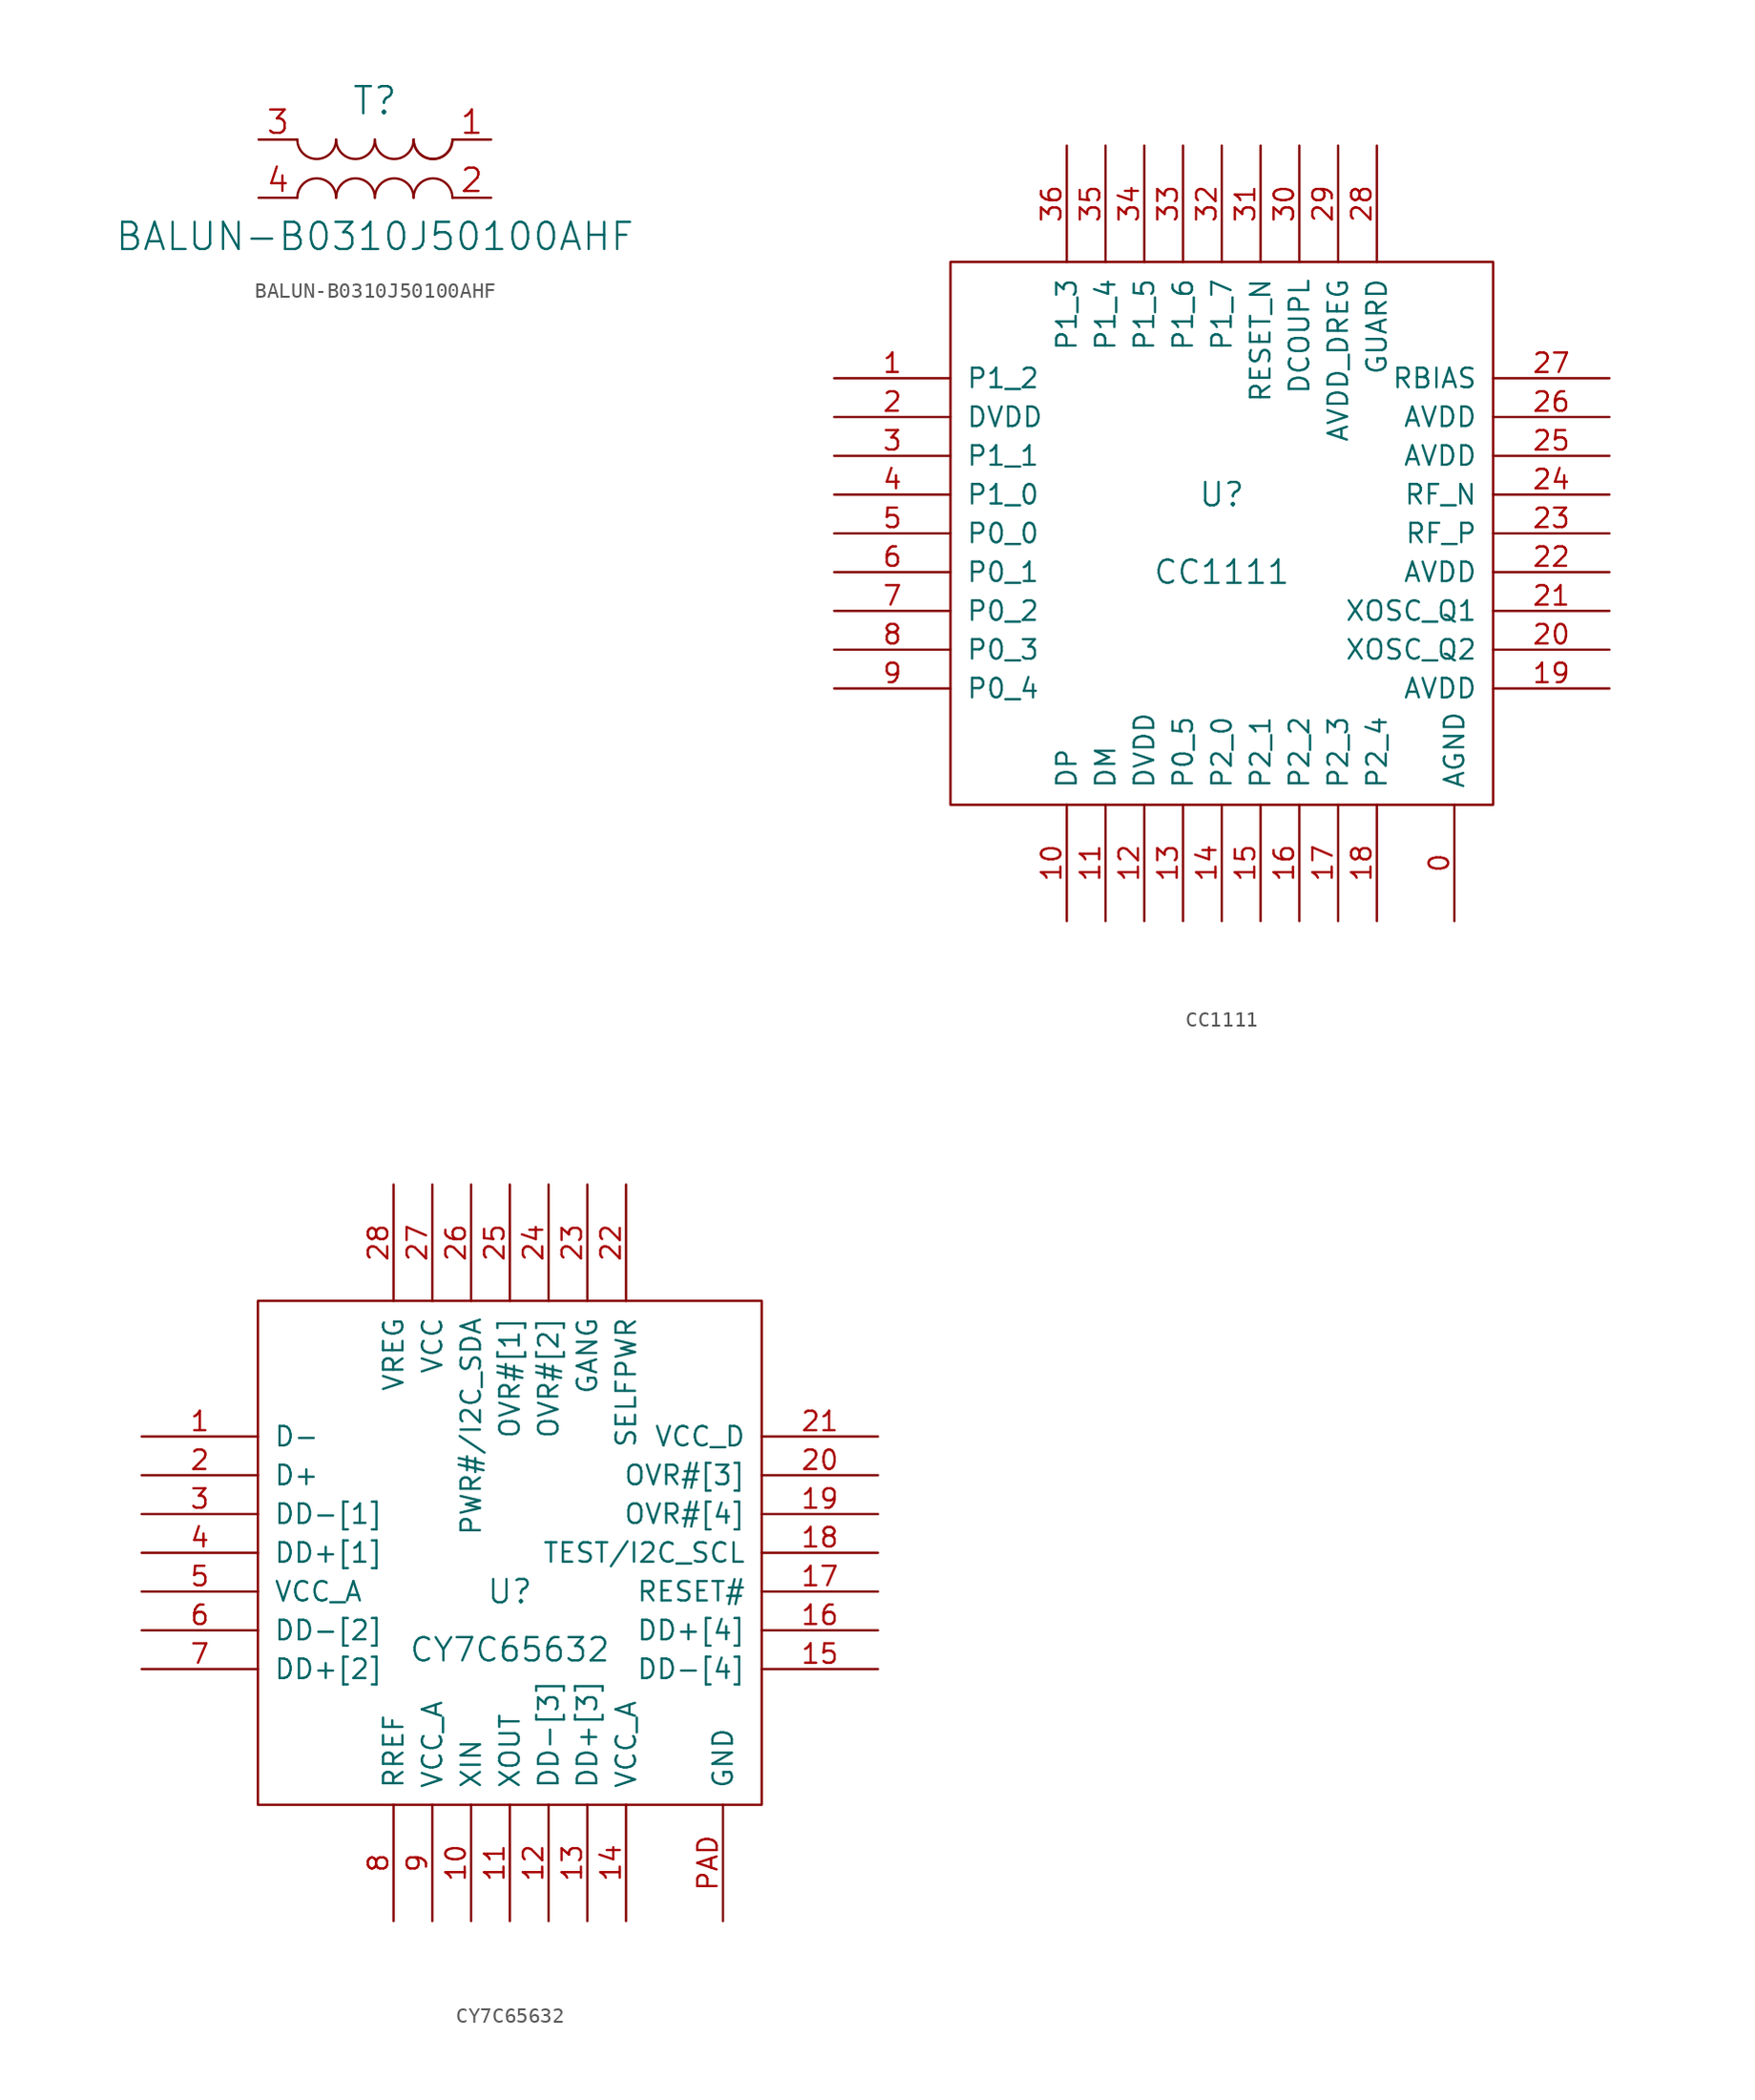
<source format=kicad_sym>
(kicad_symbol_lib
  (version 20211014)
  (generator kicad_symbol_editor)
  (symbol "BALUN-B0310J50100AHF"
    (pin_names
      (offset 1.016) hide)
    (property "Reference" "T"
      (at 0 5.08 0)
      (effects (font (size 1.778 1.778))))
    (property "Value" "BALUN-B0310J50100AHF"
      (at 0 -3.81 0)
      (effects (font (size 1.778 1.778))))
    (symbol "BALUN-B0310J50100AHF_0_1"
      (arc (start -5.08 2.54) (mid -3.81 1.27) (end -2.54 2.54) (stroke (width 0) (type default) (color 0 0 0 0)) (fill (type none)))
      (arc (start -2.54 -1.27) (mid -3.81 0) (end -5.08 -1.27) (stroke (width 0) (type default) (color 0 0 0 0)) (fill (type none)))
      (arc (start -2.54 2.54) (mid -1.27 1.27) (end 0 2.54) (stroke (width 0) (type default) (color 0 0 0 0)) (fill (type none)))
      (arc (start 0 -1.27) (mid -1.27 0) (end -2.54 -1.27) (stroke (width 0) (type default) (color 0 0 0 0)) (fill (type none)))
      (arc (start 0 2.54) (mid 1.27 1.27) (end 2.54 2.54) (stroke (width 0) (type default) (color 0 0 0 0)) (fill (type none)))
      (arc (start 2.54 -1.27) (mid 1.27 0) (end 0 -1.27) (stroke (width 0) (type default) (color 0 0 0 0)) (fill (type none)))
      (arc (start 2.54 2.54) (mid 3.81 1.27) (end 5.08 2.54) (stroke (width 0) (type default) (color 0 0 0 0)) (fill (type none)))
      (arc (start 2.54 2.54) (mid 3.81 1.27) (end 5.08 2.54) (stroke (width 0) (type default) (color 0 0 0 0)) (fill (type none)))
      (arc (start 5.08 -1.27) (mid 3.81 0) (end 2.54 -1.27) (stroke (width 0) (type default) (color 0 0 0 0)) (fill (type none))))
    (symbol "BALUN-B0310J50100AHF_1_1"
      (pin passive line (at 7.62 2.54 180) (length 2.54) (name "S1" (effects (font (size 1.524 1.524)))) (number "1" (effects (font (size 1.524 1.524)))))
      (pin passive line (at 7.62 -1.27 180) (length 2.54) (name "S2" (effects (font (size 1.524 1.524)))) (number "2" (effects (font (size 1.524 1.524)))))
      (pin passive line (at -7.62 2.54 0) (length 2.54) (name "PR1" (effects (font (size 1.524 1.524)))) (number "3" (effects (font (size 1.524 1.524)))))
      (pin passive line (at -7.62 -1.27 0) (length 2.54) (name "PR2" (effects (font (size 1.524 1.524)))) (number "4" (effects (font (size 1.524 1.524)))))))
  (symbol "CC1111"
    (pin_names
      (offset 1.016))
    (property "Reference" "U"
      (at 0 2.54 0)
      (effects (font (size 1.524 1.524))))
    (property "Value" "CC1111"
      (at 0 -2.54 0)
      (effects (font (size 1.524 1.524))))
    (symbol "CC1111_0_1"
      (rectangle (start -17.78 17.78) (end 17.78 -17.78) (stroke (width 0) (type default) (color 0 0 0 0)) (fill (type none))))
    (symbol "CC1111_1_1"
      (pin power_in line (at 15.24 -25.4 90) (length 7.62) (name "AGND" (effects (font (size 1.27 1.27)))) (number "0" (effects (font (size 1.27 1.27)))))
      (pin bidirectional line (at -25.4 10.16 0) (length 7.62) (name "P1_2" (effects (font (size 1.27 1.27)))) (number "1" (effects (font (size 1.27 1.27)))))
      (pin bidirectional line (at -10.16 -25.4 90) (length 7.62) (name "DP" (effects (font (size 1.27 1.27)))) (number "10" (effects (font (size 1.27 1.27)))))
      (pin bidirectional line (at -7.62 -25.4 90) (length 7.62) (name "DM" (effects (font (size 1.27 1.27)))) (number "11" (effects (font (size 1.27 1.27)))))
      (pin power_in line (at -5.08 -25.4 90) (length 7.62) (name "DVDD" (effects (font (size 1.27 1.27)))) (number "12" (effects (font (size 1.27 1.27)))))
      (pin bidirectional line (at -2.54 -25.4 90) (length 7.62) (name "P0_5" (effects (font (size 1.27 1.27)))) (number "13" (effects (font (size 1.27 1.27)))))
      (pin bidirectional line (at 0 -25.4 90) (length 7.62) (name "P2_0" (effects (font (size 1.27 1.27)))) (number "14" (effects (font (size 1.27 1.27)))))
      (pin bidirectional line (at 2.54 -25.4 90) (length 7.62) (name "P2_1" (effects (font (size 1.27 1.27)))) (number "15" (effects (font (size 1.27 1.27)))))
      (pin bidirectional line (at 5.08 -25.4 90) (length 7.62) (name "P2_2" (effects (font (size 1.27 1.27)))) (number "16" (effects (font (size 1.27 1.27)))))
      (pin bidirectional line (at 7.62 -25.4 90) (length 7.62) (name "P2_3" (effects (font (size 1.27 1.27)))) (number "17" (effects (font (size 1.27 1.27)))))
      (pin bidirectional line (at 10.16 -25.4 90) (length 7.62) (name "P2_4" (effects (font (size 1.27 1.27)))) (number "18" (effects (font (size 1.27 1.27)))))
      (pin power_in line (at 25.4 -10.16 180) (length 7.62) (name "AVDD" (effects (font (size 1.27 1.27)))) (number "19" (effects (font (size 1.27 1.27)))))
      (pin power_in line (at -25.4 7.62 0) (length 7.62) (name "DVDD" (effects (font (size 1.27 1.27)))) (number "2" (effects (font (size 1.27 1.27)))))
      (pin bidirectional line (at 25.4 -7.62 180) (length 7.62) (name "XOSC_Q2" (effects (font (size 1.27 1.27)))) (number "20" (effects (font (size 1.27 1.27)))))
      (pin bidirectional line (at 25.4 -5.08 180) (length 7.62) (name "XOSC_Q1" (effects (font (size 1.27 1.27)))) (number "21" (effects (font (size 1.27 1.27)))))
      (pin power_in line (at 25.4 -2.54 180) (length 7.62) (name "AVDD" (effects (font (size 1.27 1.27)))) (number "22" (effects (font (size 1.27 1.27)))))
      (pin bidirectional line (at 25.4 0 180) (length 7.62) (name "RF_P" (effects (font (size 1.27 1.27)))) (number "23" (effects (font (size 1.27 1.27)))))
      (pin bidirectional line (at 25.4 2.54 180) (length 7.62) (name "RF_N" (effects (font (size 1.27 1.27)))) (number "24" (effects (font (size 1.27 1.27)))))
      (pin power_in line (at 25.4 5.08 180) (length 7.62) (name "AVDD" (effects (font (size 1.27 1.27)))) (number "25" (effects (font (size 1.27 1.27)))))
      (pin power_in line (at 25.4 7.62 180) (length 7.62) (name "AVDD" (effects (font (size 1.27 1.27)))) (number "26" (effects (font (size 1.27 1.27)))))
      (pin bidirectional line (at 25.4 10.16 180) (length 7.62) (name "RBIAS" (effects (font (size 1.27 1.27)))) (number "27" (effects (font (size 1.27 1.27)))))
      (pin power_in line (at 10.16 25.4 270) (length 7.62) (name "GUARD" (effects (font (size 1.27 1.27)))) (number "28" (effects (font (size 1.27 1.27)))))
      (pin power_in line (at 7.62 25.4 270) (length 7.62) (name "AVDD_DREG" (effects (font (size 1.27 1.27)))) (number "29" (effects (font (size 1.27 1.27)))))
      (pin bidirectional line (at -25.4 5.08 0) (length 7.62) (name "P1_1" (effects (font (size 1.27 1.27)))) (number "3" (effects (font (size 1.27 1.27)))))
      (pin passive line (at 5.08 25.4 270) (length 7.62) (name "DCOUPL" (effects (font (size 1.27 1.27)))) (number "30" (effects (font (size 1.27 1.27)))))
      (pin input line (at 2.54 25.4 270) (length 7.62) (name "RESET_N" (effects (font (size 1.27 1.27)))) (number "31" (effects (font (size 1.27 1.27)))))
      (pin bidirectional line (at 0 25.4 270) (length 7.62) (name "P1_7" (effects (font (size 1.27 1.27)))) (number "32" (effects (font (size 1.27 1.27)))))
      (pin bidirectional line (at -2.54 25.4 270) (length 7.62) (name "P1_6" (effects (font (size 1.27 1.27)))) (number "33" (effects (font (size 1.27 1.27)))))
      (pin bidirectional line (at -5.08 25.4 270) (length 7.62) (name "P1_5" (effects (font (size 1.27 1.27)))) (number "34" (effects (font (size 1.27 1.27)))))
      (pin bidirectional line (at -7.62 25.4 270) (length 7.62) (name "P1_4" (effects (font (size 1.27 1.27)))) (number "35" (effects (font (size 1.27 1.27)))))
      (pin bidirectional line (at -10.16 25.4 270) (length 7.62) (name "P1_3" (effects (font (size 1.27 1.27)))) (number "36" (effects (font (size 1.27 1.27)))))
      (pin bidirectional line (at -25.4 2.54 0) (length 7.62) (name "P1_0" (effects (font (size 1.27 1.27)))) (number "4" (effects (font (size 1.27 1.27)))))
      (pin bidirectional line (at -25.4 0 0) (length 7.62) (name "P0_0" (effects (font (size 1.27 1.27)))) (number "5" (effects (font (size 1.27 1.27)))))
      (pin bidirectional line (at -25.4 -2.54 0) (length 7.62) (name "P0_1" (effects (font (size 1.27 1.27)))) (number "6" (effects (font (size 1.27 1.27)))))
      (pin bidirectional line (at -25.4 -5.08 0) (length 7.62) (name "P0_2" (effects (font (size 1.27 1.27)))) (number "7" (effects (font (size 1.27 1.27)))))
      (pin bidirectional line (at -25.4 -7.62 0) (length 7.62) (name "P0_3" (effects (font (size 1.27 1.27)))) (number "8" (effects (font (size 1.27 1.27)))))
      (pin bidirectional line (at -25.4 -10.16 0) (length 7.62) (name "P0_4" (effects (font (size 1.27 1.27)))) (number "9" (effects (font (size 1.27 1.27)))))))
  (symbol "CY7C65632"
    (pin_names
      (offset 1.016))
    (property "Reference" "U"
      (at 0 -2.54 0)
      (effects (font (size 1.524 1.524))))
    (property "Value" "CY7C65632"
      (at 0 -6.35 0)
      (effects (font (size 1.524 1.524))))
    (symbol "CY7C65632_0_1"
      (rectangle (start -16.51 16.51) (end 16.51 -16.51) (stroke (width 0) (type default) (color 0 0 0 0)) (fill (type none))))
    (symbol "CY7C65632_1_1"
      (pin input line (at -24.13 7.62 0) (length 7.62) (name "D-" (effects (font (size 1.27 1.27)))) (number "1" (effects (font (size 1.27 1.27)))))
      (pin input line (at -2.54 -24.13 90) (length 7.62) (name "XIN" (effects (font (size 1.27 1.27)))) (number "10" (effects (font (size 1.27 1.27)))))
      (pin input line (at 0 -24.13 90) (length 7.62) (name "XOUT" (effects (font (size 1.27 1.27)))) (number "11" (effects (font (size 1.27 1.27)))))
      (pin input line (at 2.54 -24.13 90) (length 7.62) (name "DD-[3]" (effects (font (size 1.27 1.27)))) (number "12" (effects (font (size 1.27 1.27)))))
      (pin input line (at 5.08 -24.13 90) (length 7.62) (name "DD+[3]" (effects (font (size 1.27 1.27)))) (number "13" (effects (font (size 1.27 1.27)))))
      (pin input line (at 7.62 -24.13 90) (length 7.62) (name "VCC_A" (effects (font (size 1.27 1.27)))) (number "14" (effects (font (size 1.27 1.27)))))
      (pin input line (at 24.13 -7.62 180) (length 7.62) (name "DD-[4]" (effects (font (size 1.27 1.27)))) (number "15" (effects (font (size 1.27 1.27)))))
      (pin input line (at 24.13 -5.08 180) (length 7.62) (name "DD+[4]" (effects (font (size 1.27 1.27)))) (number "16" (effects (font (size 1.27 1.27)))))
      (pin input line (at 24.13 -2.54 180) (length 7.62) (name "RESET#" (effects (font (size 1.27 1.27)))) (number "17" (effects (font (size 1.27 1.27)))))
      (pin input line (at 24.13 0 180) (length 7.62) (name "TEST/I2C_SCL" (effects (font (size 1.27 1.27)))) (number "18" (effects (font (size 1.27 1.27)))))
      (pin input line (at 24.13 2.54 180) (length 7.62) (name "OVR#[4]" (effects (font (size 1.27 1.27)))) (number "19" (effects (font (size 1.27 1.27)))))
      (pin input line (at -24.13 5.08 0) (length 7.62) (name "D+" (effects (font (size 1.27 1.27)))) (number "2" (effects (font (size 1.27 1.27)))))
      (pin input line (at 24.13 5.08 180) (length 7.62) (name "OVR#[3]" (effects (font (size 1.27 1.27)))) (number "20" (effects (font (size 1.27 1.27)))))
      (pin input line (at 24.13 7.62 180) (length 7.62) (name "VCC_D" (effects (font (size 1.27 1.27)))) (number "21" (effects (font (size 1.27 1.27)))))
      (pin input line (at 7.62 24.13 270) (length 7.62) (name "SELFPWR" (effects (font (size 1.27 1.27)))) (number "22" (effects (font (size 1.27 1.27)))))
      (pin input line (at 5.08 24.13 270) (length 7.62) (name "GANG" (effects (font (size 1.27 1.27)))) (number "23" (effects (font (size 1.27 1.27)))))
      (pin input line (at 2.54 24.13 270) (length 7.62) (name "OVR#[2]" (effects (font (size 1.27 1.27)))) (number "24" (effects (font (size 1.27 1.27)))))
      (pin input line (at 0 24.13 270) (length 7.62) (name "OVR#[1]" (effects (font (size 1.27 1.27)))) (number "25" (effects (font (size 1.27 1.27)))))
      (pin input line (at -2.54 24.13 270) (length 7.62) (name "PWR#/I2C_SDA" (effects (font (size 1.27 1.27)))) (number "26" (effects (font (size 1.27 1.27)))))
      (pin input line (at -5.08 24.13 270) (length 7.62) (name "VCC" (effects (font (size 1.27 1.27)))) (number "27" (effects (font (size 1.27 1.27)))))
      (pin input line (at -7.62 24.13 270) (length 7.62) (name "VREG" (effects (font (size 1.27 1.27)))) (number "28" (effects (font (size 1.27 1.27)))))
      (pin input line (at -24.13 2.54 0) (length 7.62) (name "DD-[1]" (effects (font (size 1.27 1.27)))) (number "3" (effects (font (size 1.27 1.27)))))
      (pin input line (at -24.13 0 0) (length 7.62) (name "DD+[1]" (effects (font (size 1.27 1.27)))) (number "4" (effects (font (size 1.27 1.27)))))
      (pin input line (at -24.13 -2.54 0) (length 7.62) (name "VCC_A" (effects (font (size 1.27 1.27)))) (number "5" (effects (font (size 1.27 1.27)))))
      (pin input line (at -24.13 -5.08 0) (length 7.62) (name "DD-[2]" (effects (font (size 1.27 1.27)))) (number "6" (effects (font (size 1.27 1.27)))))
      (pin input line (at -24.13 -7.62 0) (length 7.62) (name "DD+[2]" (effects (font (size 1.27 1.27)))) (number "7" (effects (font (size 1.27 1.27)))))
      (pin input line (at -7.62 -24.13 90) (length 7.62) (name "RREF" (effects (font (size 1.27 1.27)))) (number "8" (effects (font (size 1.27 1.27)))))
      (pin input line (at -5.08 -24.13 90) (length 7.62) (name "VCC_A" (effects (font (size 1.27 1.27)))) (number "9" (effects (font (size 1.27 1.27)))))
      (pin input line (at 13.97 -24.13 90) (length 7.62) (name "GND" (effects (font (size 1.27 1.27)))) (number "PAD" (effects (font (size 1.27 1.27))))))))
</source>
